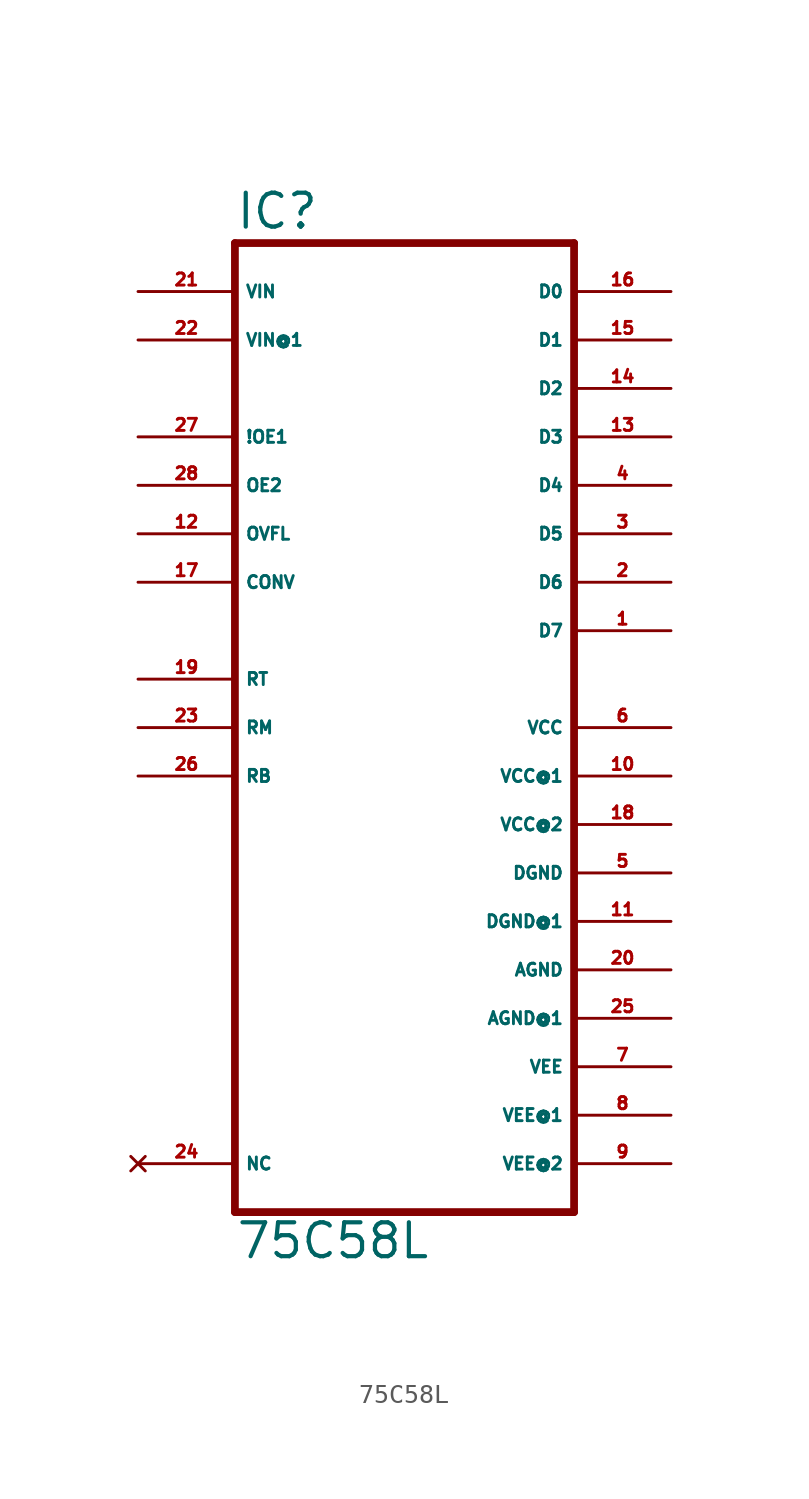
<source format=kicad_sym>
(kicad_symbol_lib
  (version 20220914)
  (generator Eagle2Kicad)
  (symbol "75C58L"
    (property "Reference" "IC"
      (at -7.62 26.035 0)
      (effects (font (size 1.778 1.778) (thickness 0.22)) (justify left bottom)))
    (property "Value" "75C58L"
      (at -7.62 -27.94 0)
      (effects (font (size 1.778 1.778) (thickness 0.22)) (justify left bottom)))
    (polyline
      (pts (xy 10.16 -25.4) (xy -7.62 -25.4))
      (stroke (width 0.406) (type default))
      (fill (type none)))
    (polyline
      (pts (xy -7.62 -25.4) (xy -7.62 25.4))
      (stroke (width 0.406) (type default))
      (fill (type none)))
    (polyline
      (pts (xy -7.62 25.4) (xy 10.16 25.4))
      (stroke (width 0.406) (type default))
      (fill (type none)))
    (polyline
      (pts (xy 10.16 25.4) (xy 10.16 -25.4))
      (stroke (width 0.406) (type default))
      (fill (type none)))
    (pin input line
      (at -12.7 22.86 0)
      (length 5.08)
      (name "VIN" (effects (font (size 0.635 0.635) (thickness 0.08)) (justify left bottom)))
      (number "21" (effects (font (size 0.635 0.635) (thickness 0.08)) (justify left bottom))))
    (pin input line
      (at -12.7 20.32 0)
      (length 5.08)
      (name "VIN@1" (effects (font (size 0.635 0.635) (thickness 0.08)) (justify left bottom)))
      (number "22" (effects (font (size 0.635 0.635) (thickness 0.08)) (justify left bottom))))
    (pin output line
      (at 15.24 22.86 180)
      (length 5.08)
      (name "D0" (effects (font (size 0.635 0.635) (thickness 0.08)) (justify left bottom)))
      (number "16" (effects (font (size 0.635 0.635) (thickness 0.08)) (justify left bottom))))
    (pin input line
      (at -12.7 15.24 0)
      (length 5.08)
      (name "!OE1" (effects (font (size 0.635 0.635) (thickness 0.08)) (justify left bottom)))
      (number "27" (effects (font (size 0.635 0.635) (thickness 0.08)) (justify left bottom))))
    (pin unspecified line
      (at 15.24 -5.08 180)
      (length 5.08)
      (name "VCC@2" (effects (font (size 0.635 0.635) (thickness 0.08)) (justify left bottom)))
      (number "18" (effects (font (size 0.635 0.635) (thickness 0.08)) (justify left bottom))))
    (pin input line
      (at -12.7 12.7 0)
      (length 5.08)
      (name "OE2" (effects (font (size 0.635 0.635) (thickness 0.08)) (justify left bottom)))
      (number "28" (effects (font (size 0.635 0.635) (thickness 0.08)) (justify left bottom))))
    (pin input line
      (at -12.7 10.16 0)
      (length 5.08)
      (name "OVFL" (effects (font (size 0.635 0.635) (thickness 0.08)) (justify left bottom)))
      (number "12" (effects (font (size 0.635 0.635) (thickness 0.08)) (justify left bottom))))
    (pin input line
      (at -12.7 7.62 0)
      (length 5.08)
      (name "CONV" (effects (font (size 0.635 0.635) (thickness 0.08)) (justify left bottom)))
      (number "17" (effects (font (size 0.635 0.635) (thickness 0.08)) (justify left bottom))))
    (pin input line
      (at -12.7 2.54 0)
      (length 5.08)
      (name "RT" (effects (font (size 0.635 0.635) (thickness 0.08)) (justify left bottom)))
      (number "19" (effects (font (size 0.635 0.635) (thickness 0.08)) (justify left bottom))))
    (pin input line
      (at -12.7 0 0)
      (length 5.08)
      (name "RM" (effects (font (size 0.635 0.635) (thickness 0.08)) (justify left bottom)))
      (number "23" (effects (font (size 0.635 0.635) (thickness 0.08)) (justify left bottom))))
    (pin input line
      (at -12.7 -2.54 0)
      (length 5.08)
      (name "RB" (effects (font (size 0.635 0.635) (thickness 0.08)) (justify left bottom)))
      (number "26" (effects (font (size 0.635 0.635) (thickness 0.08)) (justify left bottom))))
    (pin output line
      (at 15.24 20.32 180)
      (length 5.08)
      (name "D1" (effects (font (size 0.635 0.635) (thickness 0.08)) (justify left bottom)))
      (number "15" (effects (font (size 0.635 0.635) (thickness 0.08)) (justify left bottom))))
    (pin output line
      (at 15.24 17.78 180)
      (length 5.08)
      (name "D2" (effects (font (size 0.635 0.635) (thickness 0.08)) (justify left bottom)))
      (number "14" (effects (font (size 0.635 0.635) (thickness 0.08)) (justify left bottom))))
    (pin output line
      (at 15.24 15.24 180)
      (length 5.08)
      (name "D3" (effects (font (size 0.635 0.635) (thickness 0.08)) (justify left bottom)))
      (number "13" (effects (font (size 0.635 0.635) (thickness 0.08)) (justify left bottom))))
    (pin output line
      (at 15.24 12.7 180)
      (length 5.08)
      (name "D4" (effects (font (size 0.635 0.635) (thickness 0.08)) (justify left bottom)))
      (number "4" (effects (font (size 0.635 0.635) (thickness 0.08)) (justify left bottom))))
    (pin output line
      (at 15.24 10.16 180)
      (length 5.08)
      (name "D5" (effects (font (size 0.635 0.635) (thickness 0.08)) (justify left bottom)))
      (number "3" (effects (font (size 0.635 0.635) (thickness 0.08)) (justify left bottom))))
    (pin output line
      (at 15.24 7.62 180)
      (length 5.08)
      (name "D6" (effects (font (size 0.635 0.635) (thickness 0.08)) (justify left bottom)))
      (number "2" (effects (font (size 0.635 0.635) (thickness 0.08)) (justify left bottom))))
    (pin output line
      (at 15.24 5.08 180)
      (length 5.08)
      (name "D7" (effects (font (size 0.635 0.635) (thickness 0.08)) (justify left bottom)))
      (number "1" (effects (font (size 0.635 0.635) (thickness 0.08)) (justify left bottom))))
    (pin no_connect line
      (at -12.7 -22.86 0)
      (length 5.08)
      (name "NC" (effects (font (size 0.635 0.635) (thickness 0.08)) (justify left bottom) hide))
      (number "24" (effects (font (size 0.635 0.635) (thickness 0.08)) (justify left bottom) hide)))
    (pin unspecified line
      (at 15.24 0 180)
      (length 5.08)
      (name "VCC" (effects (font (size 0.635 0.635) (thickness 0.08)) (justify left bottom)))
      (number "6" (effects (font (size 0.635 0.635) (thickness 0.08)) (justify left bottom))))
    (pin unspecified line
      (at 15.24 -7.62 180)
      (length 5.08)
      (name "DGND" (effects (font (size 0.635 0.635) (thickness 0.08)) (justify left bottom)))
      (number "5" (effects (font (size 0.635 0.635) (thickness 0.08)) (justify left bottom))))
    (pin unspecified line
      (at 15.24 -12.7 180)
      (length 5.08)
      (name "AGND" (effects (font (size 0.635 0.635) (thickness 0.08)) (justify left bottom)))
      (number "20" (effects (font (size 0.635 0.635) (thickness 0.08)) (justify left bottom))))
    (pin unspecified line
      (at 15.24 -15.24 180)
      (length 5.08)
      (name "AGND@1" (effects (font (size 0.635 0.635) (thickness 0.08)) (justify left bottom)))
      (number "25" (effects (font (size 0.635 0.635) (thickness 0.08)) (justify left bottom))))
    (pin unspecified line
      (at 15.24 -17.78 180)
      (length 5.08)
      (name "VEE" (effects (font (size 0.635 0.635) (thickness 0.08)) (justify left bottom)))
      (number "7" (effects (font (size 0.635 0.635) (thickness 0.08)) (justify left bottom))))
    (pin unspecified line
      (at 15.24 -20.32 180)
      (length 5.08)
      (name "VEE@1" (effects (font (size 0.635 0.635) (thickness 0.08)) (justify left bottom)))
      (number "8" (effects (font (size 0.635 0.635) (thickness 0.08)) (justify left bottom))))
    (pin unspecified line
      (at 15.24 -22.86 180)
      (length 5.08)
      (name "VEE@2" (effects (font (size 0.635 0.635) (thickness 0.08)) (justify left bottom)))
      (number "9" (effects (font (size 0.635 0.635) (thickness 0.08)) (justify left bottom))))
    (pin unspecified line
      (at 15.24 -2.54 180)
      (length 5.08)
      (name "VCC@1" (effects (font (size 0.635 0.635) (thickness 0.08)) (justify left bottom)))
      (number "10" (effects (font (size 0.635 0.635) (thickness 0.08)) (justify left bottom))))
    (pin unspecified line
      (at 15.24 -10.16 180)
      (length 5.08)
      (name "DGND@1" (effects (font (size 0.635 0.635) (thickness 0.08)) (justify left bottom)))
      (number "11" (effects (font (size 0.635 0.635) (thickness 0.08)) (justify left bottom))))))
</source>
